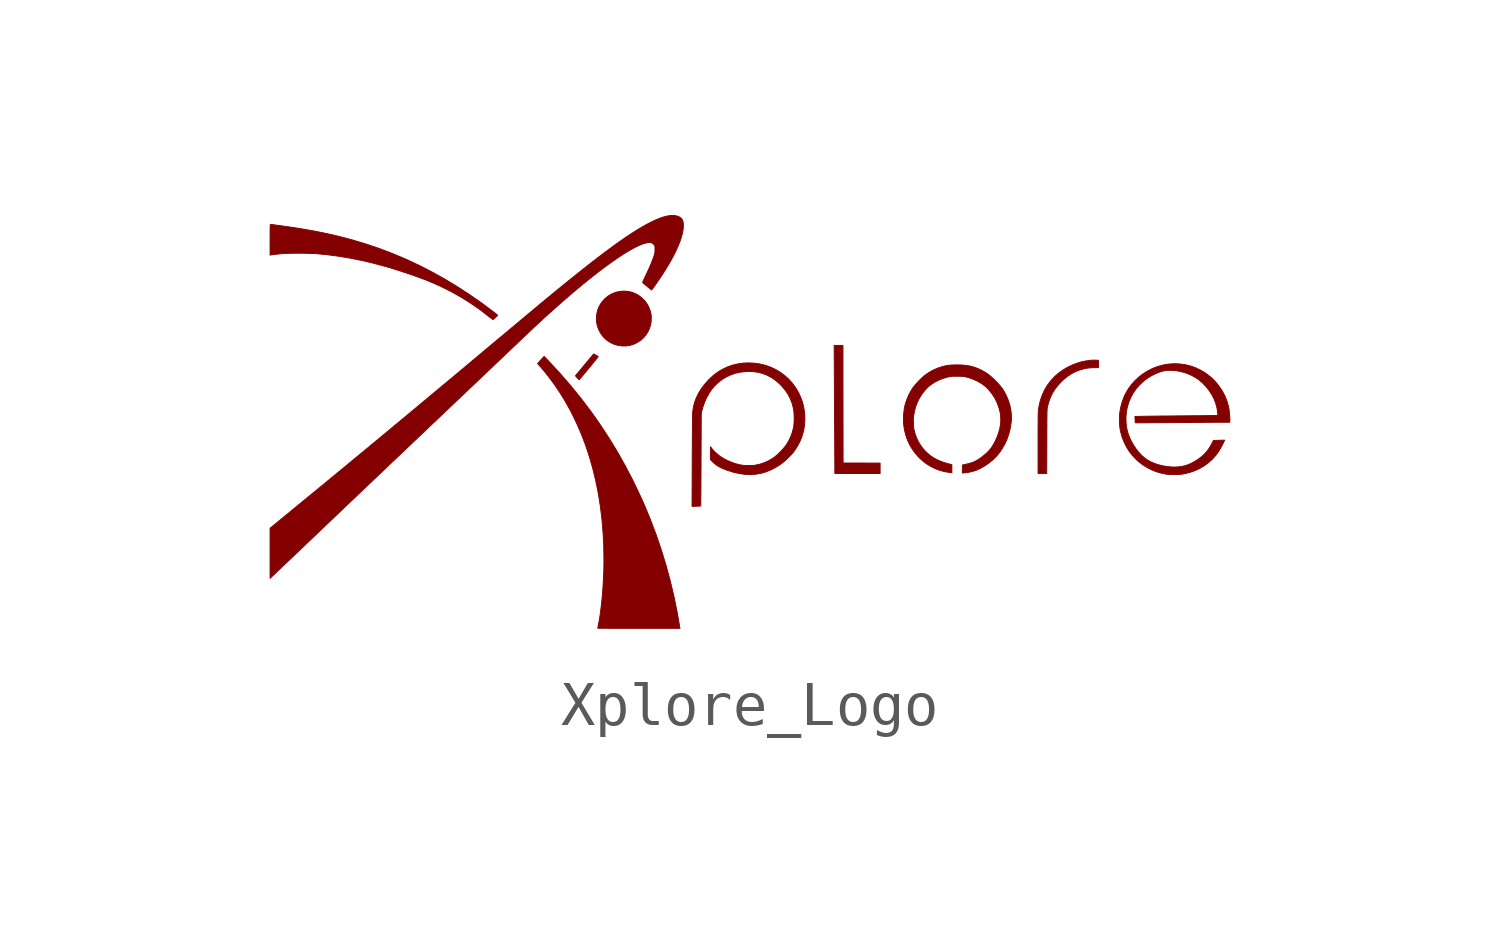
<source format=kicad_sym>
(kicad_symbol_lib
  (version 20211014)
  (generator kicad_symbol_editor)
  (symbol "Xplore_Logo"
    (pin_numbers hide)
    (pin_names
      (offset 0) hide)
    (property "Reference" "G"
      (at 0 5.715 0)
      (effects (font (size 1.27 1.27)) hide))
    (symbol "Xplore_Logo_0_0"
      (polyline (pts (xy 3.19 2.629) (xy 2.765 2.631) (xy 2.34 2.632) (xy 2.338 3.981) (xy 2.337 5.33) (xy 2.135 5.33) (xy 2.139 4.605) (xy 2.139 4.6) (xy 2.139 4.485) (xy 2.14 4.36) (xy 2.141 4.226) (xy 2.142 4.087) (xy 2.143 3.943) (xy 2.143 3.799) (xy 2.144 3.655) (xy 2.145 3.514) (xy 2.146 3.379) (xy 2.147 3.252) (xy 2.147 3.135) (xy 2.151 2.39) (xy 3.19 2.39) (xy 3.19 2.629)) (stroke (width 0.01) (type default) (color 0 0 0 0)) (fill (type outline)))
      (polyline (pts (xy -3.716 4.544) (xy -3.706 4.555) (xy -3.69 4.574) (xy -3.668 4.6) (xy -3.641 4.632) (xy -3.61 4.669) (xy -3.576 4.709) (xy -3.541 4.752) (xy -3.504 4.796) (xy -3.467 4.841) (xy -3.431 4.884) (xy -3.397 4.926) (xy -3.366 4.965) (xy -3.338 4.999) (xy -3.315 5.028) (xy -3.297 5.05) (xy -3.285 5.065) (xy -3.281 5.071) (xy -3.283 5.074) (xy -3.293 5.082) (xy -3.311 5.094) (xy -3.333 5.107) (xy -3.385 5.135) (xy -3.563 4.922) (xy -3.581 4.9) (xy -3.619 4.854) (xy -3.655 4.81) (xy -3.689 4.77) (xy -3.718 4.735) (xy -3.743 4.706) (xy -3.761 4.684) (xy -3.772 4.671) (xy -3.803 4.632) (xy -3.763 4.587) (xy -3.753 4.576) (xy -3.737 4.559) (xy -3.724 4.547) (xy -3.719 4.542) (xy -3.716 4.544)) (stroke (width 0.01) (type default) (color 0 0 0 0)) (fill (type outline)))
      (polyline (pts (xy -2.66 5.317) (xy -2.63 5.319) (xy -2.616 5.32) (xy -2.53 5.336) (xy -2.448 5.364) (xy -2.372 5.403) (xy -2.301 5.451) (xy -2.238 5.508) (xy -2.183 5.574) (xy -2.137 5.646) (xy -2.101 5.725) (xy -2.076 5.809) (xy -2.074 5.816) (xy -2.067 5.863) (xy -2.063 5.915) (xy -2.062 5.967) (xy -2.064 6.016) (xy -2.07 6.057) (xy -2.087 6.125) (xy -2.119 6.21) (xy -2.162 6.288) (xy -2.215 6.359) (xy -2.277 6.422) (xy -2.348 6.475) (xy -2.428 6.519) (xy -2.456 6.532) (xy -2.539 6.559) (xy -2.624 6.574) (xy -2.711 6.577) (xy -2.797 6.568) (xy -2.881 6.548) (xy -2.962 6.517) (xy -3.038 6.474) (xy -3.065 6.455) (xy -3.13 6.4) (xy -3.187 6.337) (xy -3.235 6.269) (xy -3.272 6.197) (xy -3.297 6.127) (xy -3.316 6.041) (xy -3.323 5.953) (xy -3.318 5.866) (xy -3.301 5.78) (xy -3.272 5.697) (xy -3.231 5.618) (xy -3.179 5.544) (xy -3.129 5.49) (xy -3.063 5.435) (xy -2.99 5.39) (xy -2.912 5.355) (xy -2.829 5.331) (xy -2.745 5.319) (xy -2.734 5.318) (xy -2.697 5.317) (xy -2.66 5.317)) (stroke (width 0.01) (type default) (color 0 0 0 0)) (fill (type outline)))
      (polyline (pts (xy 7.017 3.128) (xy 7.017 3.16) (xy 7.017 3.27) (xy 7.017 3.368) (xy 7.018 3.455) (xy 7.018 3.532) (xy 7.018 3.598) (xy 7.019 3.656) (xy 7.019 3.706) (xy 7.02 3.748) (xy 7.02 3.783) (xy 7.021 3.813) (xy 7.022 3.837) (xy 7.023 3.857) (xy 7.024 3.873) (xy 7.025 3.887) (xy 7.027 3.898) (xy 7.029 3.908) (xy 7.03 3.918) (xy 7.033 3.927) (xy 7.035 3.936) (xy 7.066 4.048) (xy 7.105 4.152) (xy 7.154 4.248) (xy 7.212 4.338) (xy 7.282 4.426) (xy 7.363 4.511) (xy 7.407 4.552) (xy 7.496 4.624) (xy 7.588 4.684) (xy 7.686 4.733) (xy 7.789 4.772) (xy 7.9 4.801) (xy 7.901 4.801) (xy 7.936 4.807) (xy 7.976 4.812) (xy 8.024 4.816) (xy 8.083 4.818) (xy 8.204 4.821) (xy 8.204 4.987) (xy 8.161 4.991) (xy 8.135 4.993) (xy 8.082 4.993) (xy 8.022 4.989) (xy 7.957 4.981) (xy 7.89 4.97) (xy 7.824 4.956) (xy 7.762 4.94) (xy 7.73 4.93) (xy 7.605 4.883) (xy 7.487 4.827) (xy 7.378 4.761) (xy 7.277 4.687) (xy 7.184 4.604) (xy 7.102 4.513) (xy 7.028 4.415) (xy 6.965 4.309) (xy 6.913 4.197) (xy 6.871 4.079) (xy 6.84 3.955) (xy 6.821 3.826) (xy 6.82 3.813) (xy 6.819 3.786) (xy 6.818 3.747) (xy 6.817 3.696) (xy 6.817 3.635) (xy 6.816 3.563) (xy 6.816 3.482) (xy 6.815 3.393) (xy 6.815 3.294) (xy 6.815 3.188) (xy 6.815 2.39) (xy 7.014 2.39) (xy 7.017 3.128)) (stroke (width 0.01) (type default) (color 0 0 0 0)) (fill (type outline)))
      (polyline (pts (xy -1.407 -1.146) (xy -1.409 -1.135) (xy -1.413 -1.113) (xy -1.418 -1.083) (xy -1.424 -1.048) (xy -1.43 -1.008) (xy -1.469 -0.787) (xy -1.542 -0.43) (xy -1.627 -0.073) (xy -1.723 0.282) (xy -1.831 0.635) (xy -1.95 0.985) (xy -2.08 1.329) (xy -2.22 1.667) (xy -2.316 1.88) (xy -2.48 2.223) (xy -2.655 2.559) (xy -2.84 2.888) (xy -3.036 3.209) (xy -3.242 3.523) (xy -3.459 3.83) (xy -3.688 4.131) (xy -3.927 4.424) (xy -4.178 4.712) (xy -4.439 4.993) (xy -4.522 5.079) (xy -4.598 4.997) (xy -4.673 4.915) (xy -4.627 4.862) (xy -4.597 4.829) (xy -4.498 4.712) (xy -4.399 4.585) (xy -4.301 4.453) (xy -4.207 4.318) (xy -4.12 4.183) (xy -4.027 4.029) (xy -3.898 3.795) (xy -3.78 3.552) (xy -3.671 3.302) (xy -3.572 3.044) (xy -3.484 2.779) (xy -3.406 2.506) (xy -3.338 2.227) (xy -3.28 1.941) (xy -3.233 1.648) (xy -3.196 1.348) (xy -3.17 1.042) (xy -3.154 0.731) (xy -3.149 0.413) (xy -3.149 0.383) (xy -3.151 0.225) (xy -3.156 0.066) (xy -3.164 -0.095) (xy -3.174 -0.255) (xy -3.186 -0.412) (xy -3.201 -0.565) (xy -3.218 -0.711) (xy -3.236 -0.85) (xy -3.257 -0.98) (xy -3.279 -1.098) (xy -3.282 -1.114) (xy -3.287 -1.137) (xy -3.29 -1.154) (xy -3.291 -1.161) (xy -3.291 -1.161) (xy -3.284 -1.161) (xy -3.265 -1.162) (xy -3.235 -1.162) (xy -3.193 -1.162) (xy -3.142 -1.162) (xy -3.082 -1.163) (xy -3.012 -1.163) (xy -2.935 -1.163) (xy -2.851 -1.163) (xy -2.76 -1.163) (xy -2.664 -1.163) (xy -2.562 -1.163) (xy -2.457 -1.164) (xy -1.403 -1.164) (xy -1.407 -1.146)) (stroke (width 0.01) (type default) (color 0 0 0 0)) (fill (type outline)))
      (polyline (pts (xy -5.689 5.926) (xy -5.688 5.927) (xy -5.676 5.937) (xy -5.659 5.952) (xy -5.64 5.97) (xy -5.621 5.988) (xy -5.604 6.004) (xy -5.593 6.016) (xy -5.588 6.022) (xy -5.59 6.024) (xy -5.599 6.033) (xy -5.615 6.047) (xy -5.636 6.063) (xy -5.664 6.085) (xy -5.945 6.295) (xy -6.227 6.491) (xy -6.51 6.676) (xy -6.794 6.848) (xy -7.08 7.008) (xy -7.369 7.157) (xy -7.661 7.295) (xy -7.957 7.421) (xy -8.257 7.537) (xy -8.561 7.642) (xy -8.871 7.736) (xy -8.873 7.737) (xy -9.046 7.785) (xy -9.22 7.83) (xy -9.396 7.872) (xy -9.578 7.911) (xy -9.765 7.949) (xy -9.96 7.984) (xy -10.163 8.018) (xy -10.376 8.051) (xy -10.601 8.082) (xy -10.618 8.085) (xy -10.666 8.091) (xy -10.709 8.097) (xy -10.746 8.102) (xy -10.775 8.105) (xy -10.795 8.108) (xy -10.803 8.109) (xy -10.805 8.108) (xy -10.806 8.104) (xy -10.808 8.095) (xy -10.809 8.082) (xy -10.81 8.062) (xy -10.811 8.034) (xy -10.811 7.999) (xy -10.812 7.954) (xy -10.812 7.899) (xy -10.812 7.833) (xy -10.812 7.756) (xy -10.812 7.403) (xy -10.791 7.407) (xy -10.79 7.407) (xy -10.769 7.41) (xy -10.738 7.414) (xy -10.699 7.419) (xy -10.655 7.424) (xy -10.609 7.429) (xy -10.562 7.434) (xy -10.518 7.438) (xy -10.498 7.439) (xy -10.452 7.442) (xy -10.397 7.444) (xy -10.333 7.445) (xy -10.264 7.446) (xy -10.191 7.446) (xy -10.116 7.446) (xy -10.04 7.446) (xy -9.967 7.444) (xy -9.897 7.442) (xy -9.833 7.44) (xy -9.777 7.438) (xy -9.731 7.434) (xy -9.52 7.414) (xy -9.254 7.379) (xy -8.986 7.335) (xy -8.715 7.281) (xy -8.442 7.217) (xy -8.164 7.142) (xy -7.882 7.057) (xy -7.594 6.962) (xy -7.301 6.856) (xy -7.143 6.794) (xy -6.899 6.686) (xy -6.662 6.568) (xy -6.431 6.439) (xy -6.207 6.298) (xy -5.989 6.147) (xy -5.779 5.984) (xy -5.76 5.969) (xy -5.734 5.949) (xy -5.715 5.935) (xy -5.702 5.927) (xy -5.694 5.925) (xy -5.689 5.926)) (stroke (width 0.01) (type default) (color 0 0 0 0)) (fill (type outline)))
      (polyline (pts (xy -1.028 1.639) (xy -1.01 1.639) (xy -0.978 1.641) (xy -0.952 1.642) (xy -0.934 1.644) (xy -0.927 1.645) (xy -0.927 1.65) (xy -0.926 1.667) (xy -0.926 1.697) (xy -0.925 1.737) (xy -0.925 1.787) (xy -0.924 1.847) (xy -0.924 1.916) (xy -0.923 1.993) (xy -0.923 2.078) (xy -0.922 2.17) (xy -0.922 2.268) (xy -0.921 2.371) (xy -0.921 2.48) (xy -0.92 2.592) (xy -0.92 2.708) (xy -0.915 3.77) (xy -0.899 3.838) (xy -0.878 3.914) (xy -0.839 4.024) (xy -0.793 4.128) (xy -0.739 4.226) (xy -0.679 4.316) (xy -0.613 4.396) (xy -0.542 4.465) (xy -0.531 4.475) (xy -0.437 4.547) (xy -0.339 4.607) (xy -0.236 4.655) (xy -0.129 4.691) (xy -0.016 4.716) (xy 0.103 4.729) (xy 0.161 4.732) (xy 0.277 4.728) (xy 0.389 4.713) (xy 0.495 4.685) (xy 0.596 4.646) (xy 0.693 4.595) (xy 0.786 4.531) (xy 0.874 4.456) (xy 0.944 4.384) (xy 1.018 4.295) (xy 1.08 4.201) (xy 1.13 4.101) (xy 1.171 3.996) (xy 1.2 3.883) (xy 1.202 3.876) (xy 1.208 3.834) (xy 1.213 3.783) (xy 1.215 3.725) (xy 1.217 3.664) (xy 1.216 3.604) (xy 1.214 3.547) (xy 1.21 3.495) (xy 1.204 3.453) (xy 1.202 3.445) (xy 1.176 3.341) (xy 1.139 3.238) (xy 1.091 3.138) (xy 1.036 3.046) (xy 1.034 3.043) (xy 1.008 3.009) (xy 0.975 2.97) (xy 0.936 2.927) (xy 0.895 2.885) (xy 0.854 2.844) (xy 0.814 2.807) (xy 0.779 2.778) (xy 0.73 2.742) (xy 0.633 2.684) (xy 0.532 2.638) (xy 0.425 2.603) (xy 0.313 2.58) (xy 0.287 2.577) (xy 0.225 2.573) (xy 0.158 2.572) (xy 0.09 2.575) (xy 0.025 2.581) (xy -0.031 2.591) (xy -0.069 2.599) (xy -0.156 2.625) (xy -0.245 2.658) (xy -0.331 2.697) (xy -0.412 2.74) (xy -0.484 2.786) (xy -0.485 2.787) (xy -0.519 2.813) (xy -0.556 2.845) (xy -0.594 2.879) (xy -0.629 2.914) (xy -0.659 2.946) (xy -0.681 2.974) (xy -0.703 3.006) (xy -0.705 2.858) (xy -0.707 2.711) (xy -0.663 2.666) (xy -0.649 2.652) (xy -0.601 2.61) (xy -0.552 2.573) (xy -0.499 2.541) (xy -0.438 2.511) (xy -0.367 2.482) (xy -0.31 2.461) (xy -0.175 2.419) (xy -0.044 2.389) (xy 0.083 2.371) (xy 0.206 2.366) (xy 0.325 2.372) (xy 0.44 2.391) (xy 0.474 2.399) (xy 0.578 2.43) (xy 0.681 2.473) (xy 0.783 2.524) (xy 0.88 2.584) (xy 0.97 2.651) (xy 0.99 2.668) (xy 1.024 2.699) (xy 1.061 2.734) (xy 1.099 2.771) (xy 1.134 2.807) (xy 1.166 2.841) (xy 1.19 2.868) (xy 1.23 2.92) (xy 1.291 3.015) (xy 1.345 3.115) (xy 1.389 3.22) (xy 1.422 3.324) (xy 1.437 3.386) (xy 1.456 3.511) (xy 1.464 3.637) (xy 1.459 3.762) (xy 1.442 3.886) (xy 1.414 4.008) (xy 1.373 4.126) (xy 1.322 4.24) (xy 1.259 4.348) (xy 1.251 4.361) (xy 1.175 4.463) (xy 1.09 4.557) (xy 0.997 4.641) (xy 0.896 4.715) (xy 0.789 4.779) (xy 0.675 4.832) (xy 0.556 4.874) (xy 0.432 4.904) (xy 0.304 4.923) (xy 0.183 4.929) (xy 0.053 4.925) (xy -0.072 4.907) (xy -0.194 4.879) (xy -0.311 4.838) (xy -0.424 4.785) (xy -0.531 4.722) (xy -0.632 4.647) (xy -0.726 4.56) (xy -0.744 4.542) (xy -0.834 4.442) (xy -0.911 4.34) (xy -0.976 4.237) (xy -1.028 4.13) (xy -1.069 4.022) (xy -1.097 3.91) (xy -1.113 3.796) (xy -1.113 3.793) (xy -1.114 3.774) (xy -1.115 3.744) (xy -1.116 3.702) (xy -1.116 3.649) (xy -1.117 3.587) (xy -1.118 3.514) (xy -1.119 3.434) (xy -1.119 3.345) (xy -1.12 3.249) (xy -1.121 3.146) (xy -1.121 3.037) (xy -1.122 2.922) (xy -1.123 2.803) (xy -1.123 2.68) (xy -1.127 1.635) (xy -1.028 1.639)) (stroke (width 0.01) (type default) (color 0 0 0 0)) (fill (type outline)))
      (polyline (pts (xy 5.106 2.403) (xy 5.148 2.406) (xy 5.198 2.414) (xy 5.252 2.424) (xy 5.307 2.437) (xy 5.358 2.452) (xy 5.403 2.468) (xy 5.423 2.476) (xy 5.518 2.522) (xy 5.611 2.577) (xy 5.701 2.641) (xy 5.785 2.711) (xy 5.86 2.785) (xy 5.925 2.863) (xy 5.99 2.957) (xy 6.056 3.073) (xy 6.11 3.195) (xy 6.152 3.322) (xy 6.183 3.453) (xy 6.201 3.588) (xy 6.204 3.63) (xy 6.203 3.743) (xy 6.189 3.858) (xy 6.164 3.972) (xy 6.127 4.085) (xy 6.078 4.196) (xy 6.076 4.2) (xy 6.049 4.251) (xy 6.023 4.297) (xy 5.995 4.34) (xy 5.963 4.381) (xy 5.927 4.424) (xy 5.884 4.471) (xy 5.833 4.523) (xy 5.806 4.55) (xy 5.754 4.598) (xy 5.707 4.639) (xy 5.661 4.675) (xy 5.615 4.706) (xy 5.565 4.735) (xy 5.51 4.764) (xy 5.449 4.793) (xy 5.37 4.824) (xy 5.289 4.849) (xy 5.205 4.866) (xy 5.115 4.877) (xy 5.019 4.883) (xy 4.912 4.883) (xy 4.9 4.882) (xy 4.851 4.881) (xy 4.811 4.879) (xy 4.778 4.876) (xy 4.749 4.873) (xy 4.721 4.868) (xy 4.691 4.862) (xy 4.627 4.847) (xy 4.51 4.809) (xy 4.399 4.76) (xy 4.295 4.7) (xy 4.197 4.629) (xy 4.183 4.617) (xy 4.15 4.586) (xy 4.112 4.55) (xy 4.073 4.509) (xy 4.034 4.468) (xy 3.998 4.428) (xy 3.968 4.391) (xy 3.944 4.361) (xy 3.899 4.291) (xy 3.851 4.202) (xy 3.81 4.108) (xy 3.776 4.013) (xy 3.752 3.921) (xy 3.748 3.901) (xy 3.737 3.823) (xy 3.729 3.738) (xy 3.726 3.652) (xy 3.727 3.568) (xy 3.733 3.492) (xy 3.747 3.398) (xy 3.776 3.279) (xy 3.815 3.165) (xy 3.865 3.056) (xy 3.925 2.954) (xy 3.994 2.858) (xy 4.071 2.77) (xy 4.155 2.69) (xy 4.247 2.618) (xy 4.346 2.556) (xy 4.45 2.504) (xy 4.56 2.462) (xy 4.675 2.431) (xy 4.794 2.413) (xy 4.837 2.408) (xy 4.837 2.594) (xy 4.775 2.609) (xy 4.681 2.635) (xy 4.587 2.668) (xy 4.499 2.706) (xy 4.419 2.749) (xy 4.349 2.796) (xy 4.315 2.822) (xy 4.231 2.899) (xy 4.158 2.983) (xy 4.094 3.075) (xy 4.041 3.174) (xy 3.999 3.28) (xy 3.969 3.392) (xy 3.965 3.412) (xy 3.96 3.455) (xy 3.956 3.505) (xy 3.954 3.559) (xy 3.953 3.613) (xy 3.955 3.663) (xy 3.958 3.707) (xy 3.96 3.717) (xy 3.978 3.818) (xy 4.005 3.919) (xy 4.041 4.016) (xy 4.085 4.106) (xy 4.101 4.134) (xy 4.139 4.195) (xy 4.182 4.255) (xy 4.227 4.31) (xy 4.272 4.358) (xy 4.314 4.396) (xy 4.353 4.426) (xy 4.442 4.486) (xy 4.536 4.534) (xy 4.636 4.573) (xy 4.744 4.604) (xy 4.746 4.604) (xy 4.773 4.611) (xy 4.796 4.615) (xy 4.819 4.618) (xy 4.843 4.62) (xy 4.872 4.622) (xy 4.907 4.622) (xy 4.954 4.622) (xy 4.964 4.622) (xy 5.01 4.622) (xy 5.047 4.621) (xy 5.077 4.619) (xy 5.102 4.617) (xy 5.126 4.613) (xy 5.152 4.608) (xy 5.182 4.601) (xy 5.279 4.572) (xy 5.372 4.534) (xy 5.461 4.489) (xy 5.543 4.438) (xy 5.616 4.381) (xy 5.678 4.319) (xy 5.686 4.31) (xy 5.759 4.218) (xy 5.821 4.123) (xy 5.871 4.022) (xy 5.912 3.914) (xy 5.943 3.798) (xy 5.953 3.741) (xy 5.958 3.671) (xy 5.959 3.598) (xy 5.954 3.525) (xy 5.943 3.457) (xy 5.938 3.433) (xy 5.913 3.337) (xy 5.879 3.24) (xy 5.839 3.148) (xy 5.819 3.107) (xy 5.781 3.04) (xy 5.743 2.981) (xy 5.701 2.928) (xy 5.655 2.879) (xy 5.602 2.831) (xy 5.543 2.784) (xy 5.487 2.741) (xy 5.434 2.706) (xy 5.383 2.677) (xy 5.332 2.653) (xy 5.278 2.634) (xy 5.218 2.617) (xy 5.151 2.601) (xy 5.08 2.586) (xy 5.076 2.403) (xy 5.098 2.403) (xy 5.106 2.403)) (stroke (width 0.01) (type default) (color 0 0 0 0)) (fill (type outline)))
      (polyline (pts (xy -10.795 0) (xy -10.795 0.0001) (xy -10.788 0.007) (xy -10.772 0.022) (xy -10.748 0.045) (xy -10.715 0.075) (xy -10.676 0.113) (xy -10.629 0.158) (xy -10.576 0.208) (xy -10.517 0.265) (xy -10.452 0.326) (xy -10.382 0.393) (xy -10.307 0.464) (xy -10.228 0.539) (xy -10.145 0.618) (xy -10.059 0.7) (xy -9.97 0.785) (xy -9.879 0.872) (xy -9.822 0.926) (xy -9.627 1.112) (xy -9.441 1.289) (xy -9.263 1.459) (xy -9.091 1.623) (xy -8.925 1.781) (xy -8.764 1.934) (xy -8.608 2.083) (xy -8.455 2.228) (xy -8.305 2.371) (xy -8.156 2.513) (xy -8.009 2.653) (xy -7.862 2.792) (xy -7.714 2.933) (xy -7.565 3.074) (xy -7.414 3.218) (xy -7.26 3.364) (xy -7.103 3.514) (xy -6.94 3.668) (xy -6.773 3.827) (xy -6.599 3.992) (xy -6.418 4.164) (xy -6.362 4.217) (xy -6.255 4.319) (xy -6.148 4.42) (xy -6.044 4.519) (xy -5.942 4.616) (xy -5.843 4.71) (xy -5.748 4.8) (xy -5.657 4.887) (xy -5.57 4.97) (xy -5.487 5.048) (xy -5.41 5.121) (xy -5.339 5.189) (xy -5.274 5.251) (xy -5.216 5.307) (xy -5.164 5.356) (xy -5.12 5.397) (xy -5.085 5.431) (xy -5.057 5.458) (xy -5.039 5.475) (xy -5.004 5.508) (xy -4.759 5.74) (xy -4.521 5.961) (xy -4.289 6.17) (xy -4.064 6.369) (xy -3.846 6.556) (xy -3.634 6.733) (xy -3.541 6.808) (xy -3.392 6.927) (xy -3.249 7.038) (xy -3.112 7.141) (xy -2.982 7.235) (xy -2.859 7.321) (xy -2.743 7.399) (xy -2.635 7.467) (xy -2.533 7.527) (xy -2.44 7.578) (xy -2.354 7.619) (xy -2.277 7.652) (xy -2.208 7.675) (xy -2.147 7.688) (xy -2.144 7.689) (xy -2.096 7.691) (xy -2.054 7.683) (xy -2.02 7.665) (xy -1.994 7.636) (xy -1.99 7.629) (xy -1.983 7.617) (xy -1.98 7.605) (xy -1.977 7.589) (xy -1.977 7.566) (xy -1.977 7.534) (xy -1.977 7.521) (xy -1.978 7.487) (xy -1.981 7.458) (xy -1.986 7.431) (xy -1.995 7.401) (xy -2.012 7.349) (xy -2.038 7.28) (xy -2.069 7.201) (xy -2.107 7.113) (xy -2.152 7.015) (xy -2.203 6.907) (xy -2.21 6.893) (xy -2.227 6.856) (xy -2.242 6.825) (xy -2.253 6.799) (xy -2.259 6.782) (xy -2.261 6.774) (xy -2.257 6.77) (xy -2.245 6.758) (xy -2.226 6.742) (xy -2.202 6.722) (xy -2.175 6.699) (xy -2.147 6.676) (xy -2.12 6.654) (xy -2.095 6.634) (xy -2.075 6.618) (xy -2.06 6.607) (xy -2.054 6.603) (xy -2.05 6.607) (xy -2.039 6.621) (xy -2.023 6.643) (xy -2.002 6.671) (xy -1.978 6.705) (xy -1.952 6.743) (xy -1.924 6.783) (xy -1.896 6.825) (xy -1.867 6.866) (xy -1.841 6.906) (xy -1.817 6.942) (xy -1.788 6.986) (xy -1.702 7.123) (xy -1.625 7.255) (xy -1.556 7.38) (xy -1.496 7.501) (xy -1.445 7.614) (xy -1.402 7.721) (xy -1.369 7.822) (xy -1.345 7.914) (xy -1.33 7.999) (xy -1.325 8.076) (xy -1.326 8.107) (xy -1.331 8.157) (xy -1.341 8.196) (xy -1.358 8.229) (xy -1.381 8.255) (xy -1.413 8.277) (xy -1.46 8.297) (xy -1.519 8.311) (xy -1.586 8.314) (xy -1.66 8.307) (xy -1.741 8.29) (xy -1.764 8.284) (xy -1.819 8.267) (xy -1.875 8.247) (xy -1.935 8.222) (xy -2.002 8.192) (xy -2.076 8.156) (xy -2.089 8.15) (xy -2.171 8.107) (xy -2.258 8.058) (xy -2.35 8.004) (xy -2.446 7.945) (xy -2.548 7.879) (xy -2.656 7.807) (xy -2.769 7.728) (xy -2.889 7.643) (xy -3.015 7.551) (xy -3.148 7.452) (xy -3.289 7.345) (xy -3.437 7.231) (xy -3.592 7.109) (xy -3.756 6.979) (xy -3.928 6.841) (xy -4.109 6.694) (xy -4.299 6.539) (xy -4.301 6.538) (xy -4.328 6.515) (xy -4.355 6.493) (xy -4.381 6.471) (xy -4.408 6.45) (xy -4.435 6.427) (xy -4.463 6.404) (xy -4.493 6.379) (xy -4.524 6.353) (xy -4.558 6.325) (xy -4.595 6.295) (xy -4.634 6.262) (xy -4.677 6.226) (xy -4.724 6.187) (xy -4.776 6.144) (xy -4.832 6.097) (xy -4.894 6.045) (xy -4.961 5.989) (xy -5.035 5.928) (xy -5.114 5.861) (xy -5.201 5.788) (xy -5.295 5.71) (xy -5.397 5.624) (xy -5.508 5.532) (xy -5.627 5.433) (xy -5.755 5.326) (xy -5.892 5.211) (xy -5.979 5.138) (xy -6.236 4.923) (xy -6.484 4.715) (xy -6.724 4.515) (xy -6.956 4.322) (xy -7.181 4.134) (xy -7.401 3.951) (xy -7.614 3.773) (xy -7.823 3.6) (xy -8.028 3.429) (xy -8.229 3.262) (xy -8.428 3.097) (xy -8.625 2.934) (xy -8.821 2.773) (xy -9.016 2.611) (xy -9.211 2.45) (xy -9.407 2.289) (xy -9.604 2.126) (xy -9.804 1.962) (xy -10.007 1.796) (xy -10.213 1.627) (xy -10.423 1.454) (xy -10.812 1.135) (xy -10.812 -0.016) (xy -10.795 0)) (stroke (width 0.01) (type default) (color 0 0 0 0)) (fill (type outline)))
      (polyline (pts (xy 9.982 2.366) (xy 10.033 2.368) (xy 10.079 2.37) (xy 10.116 2.374) (xy 10.174 2.384) (xy 10.296 2.414) (xy 10.413 2.454) (xy 10.523 2.505) (xy 10.627 2.566) (xy 10.724 2.637) (xy 10.812 2.716) (xy 10.892 2.804) (xy 10.962 2.9) (xy 10.962 2.901) (xy 10.986 2.94) (xy 11.013 2.986) (xy 11.039 3.035) (xy 11.063 3.081) (xy 11.081 3.12) (xy 11.097 3.156) (xy 10.969 3.153) (xy 10.963 3.152) (xy 10.924 3.151) (xy 10.89 3.15) (xy 10.863 3.149) (xy 10.845 3.147) (xy 10.838 3.146) (xy 10.835 3.14) (xy 10.827 3.124) (xy 10.816 3.102) (xy 10.803 3.075) (xy 10.775 3.022) (xy 10.717 2.934) (xy 10.649 2.852) (xy 10.572 2.779) (xy 10.486 2.715) (xy 10.417 2.671) (xy 10.338 2.628) (xy 10.262 2.594) (xy 10.188 2.569) (xy 10.111 2.552) (xy 10.032 2.542) (xy 9.947 2.539) (xy 9.884 2.54) (xy 9.777 2.55) (xy 9.673 2.568) (xy 9.572 2.593) (xy 9.476 2.626) (xy 9.389 2.665) (xy 9.311 2.711) (xy 9.273 2.737) (xy 9.201 2.799) (xy 9.132 2.871) (xy 9.068 2.951) (xy 9.009 3.038) (xy 8.957 3.129) (xy 8.913 3.224) (xy 8.878 3.319) (xy 8.854 3.414) (xy 8.847 3.454) (xy 8.834 3.573) (xy 8.833 3.69) (xy 8.844 3.807) (xy 8.866 3.921) (xy 8.9 4.031) (xy 8.945 4.137) (xy 9 4.238) (xy 9.066 4.333) (xy 9.142 4.421) (xy 9.227 4.501) (xy 9.255 4.524) (xy 9.337 4.584) (xy 9.423 4.637) (xy 9.511 4.681) (xy 9.597 4.716) (xy 9.68 4.741) (xy 9.738 4.752) (xy 9.829 4.759) (xy 9.924 4.756) (xy 10.021 4.744) (xy 10.119 4.723) (xy 10.216 4.694) (xy 10.31 4.656) (xy 10.399 4.611) (xy 10.481 4.559) (xy 10.515 4.533) (xy 10.599 4.46) (xy 10.676 4.378) (xy 10.745 4.29) (xy 10.805 4.197) (xy 10.855 4.1) (xy 10.893 4) (xy 10.92 3.899) (xy 10.922 3.889) (xy 10.926 3.863) (xy 10.931 3.833) (xy 10.934 3.802) (xy 10.938 3.773) (xy 10.94 3.748) (xy 10.941 3.73) (xy 10.94 3.722) (xy 10.938 3.722) (xy 10.925 3.722) (xy 10.899 3.721) (xy 10.864 3.721) (xy 10.818 3.72) (xy 10.762 3.72) (xy 10.698 3.719) (xy 10.627 3.718) (xy 10.549 3.717) (xy 10.464 3.717) (xy 10.375 3.716) (xy 10.281 3.715) (xy 10.183 3.714) (xy 10.163 3.714) (xy 10.061 3.713) (xy 9.96 3.712) (xy 9.86 3.711) (xy 9.764 3.711) (xy 9.672 3.71) (xy 9.585 3.709) (xy 9.504 3.708) (xy 9.431 3.707) (xy 9.366 3.706) (xy 9.311 3.705) (xy 9.266 3.705) (xy 9.234 3.704) (xy 9.039 3.7) (xy 9.042 3.628) (xy 9.043 3.603) (xy 9.045 3.578) (xy 9.047 3.561) (xy 9.048 3.554) (xy 9.052 3.554) (xy 9.068 3.554) (xy 9.096 3.553) (xy 9.135 3.553) (xy 9.184 3.554) (xy 9.242 3.554) (xy 9.309 3.554) (xy 9.384 3.555) (xy 9.466 3.555) (xy 9.555 3.556) (xy 9.649 3.556) (xy 9.748 3.557) (xy 9.852 3.558) (xy 9.96 3.559) (xy 10.014 3.559) (xy 10.125 3.56) (xy 10.233 3.561) (xy 10.339 3.562) (xy 10.441 3.563) (xy 10.538 3.563) (xy 10.63 3.564) (xy 10.716 3.565) (xy 10.794 3.565) (xy 10.864 3.566) (xy 10.924 3.566) (xy 10.975 3.566) (xy 11.014 3.566) (xy 11.041 3.566) (xy 11.213 3.566) (xy 11.217 3.586) (xy 11.218 3.596) (xy 11.219 3.622) (xy 11.218 3.656) (xy 11.216 3.696) (xy 11.213 3.74) (xy 11.208 3.784) (xy 11.203 3.828) (xy 11.198 3.867) (xy 11.192 3.899) (xy 11.184 3.937) (xy 11.15 4.057) (xy 11.104 4.171) (xy 11.046 4.28) (xy 11.01 4.337) (xy 10.934 4.441) (xy 10.85 4.536) (xy 10.758 4.62) (xy 10.659 4.695) (xy 10.553 4.759) (xy 10.442 4.813) (xy 10.326 4.855) (xy 10.206 4.885) (xy 10.082 4.904) (xy 9.955 4.91) (xy 9.928 4.91) (xy 9.803 4.901) (xy 9.68 4.879) (xy 9.559 4.846) (xy 9.442 4.801) (xy 9.33 4.744) (xy 9.223 4.677) (xy 9.123 4.599) (xy 9.03 4.511) (xy 8.979 4.454) (xy 8.905 4.36) (xy 8.843 4.26) (xy 8.79 4.155) (xy 8.748 4.042) (xy 8.715 3.922) (xy 8.691 3.792) (xy 8.688 3.761) (xy 8.683 3.7) (xy 8.682 3.633) (xy 8.684 3.562) (xy 8.688 3.493) (xy 8.695 3.429) (xy 8.704 3.375) (xy 8.71 3.348) (xy 8.745 3.223) (xy 8.792 3.105) (xy 8.849 2.992) (xy 8.917 2.886) (xy 8.995 2.788) (xy 9.083 2.698) (xy 9.107 2.676) (xy 9.205 2.599) (xy 9.31 2.531) (xy 9.422 2.474) (xy 9.538 2.428) (xy 9.658 2.394) (xy 9.78 2.371) (xy 9.789 2.37) (xy 9.828 2.368) (xy 9.876 2.366) (xy 9.928 2.365) (xy 9.982 2.366)) (stroke (width 0.01) (type default) (color 0 0 0 0)) (fill (type outline))))))
</source>
